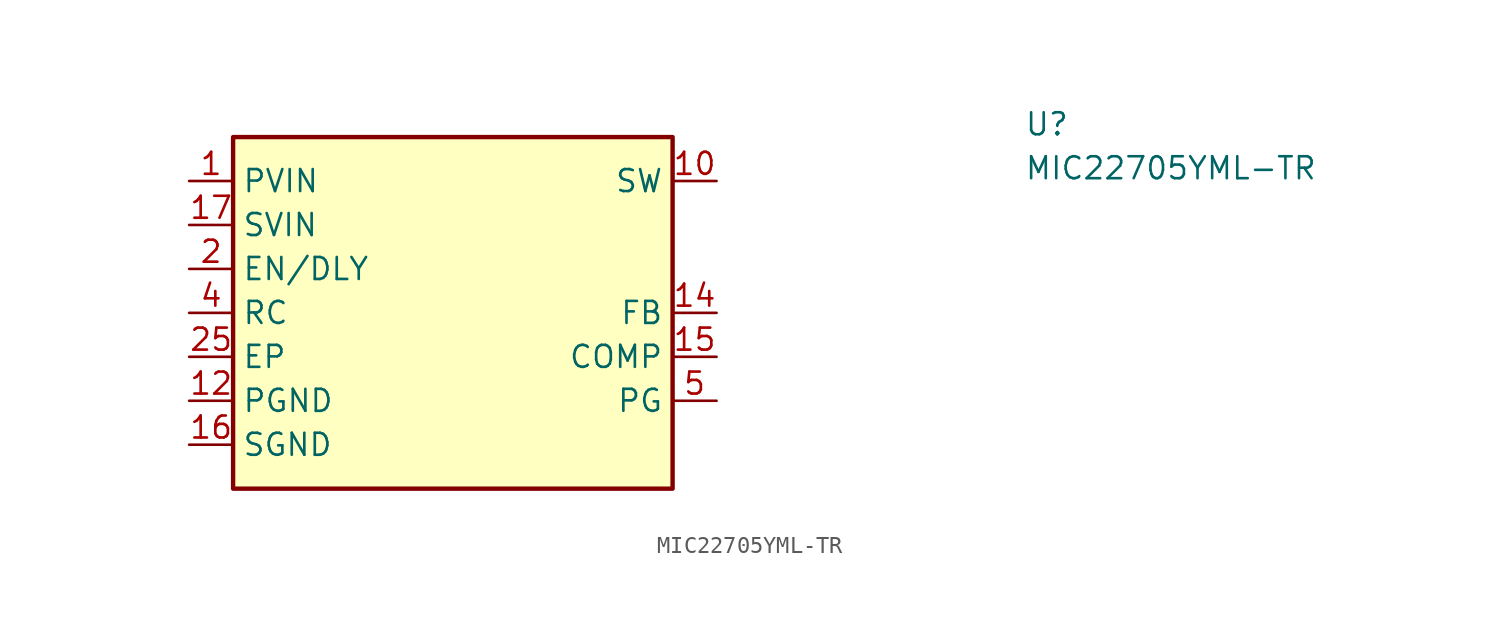
<source format=kicad_sym>
(kicad_symbol_lib
  (version 20211014)
  (generator kicad_symbol_editor)
  (symbol "MIC22705YML-TR"
    (property "Reference" "U"
      (at 48.26 2.54 0)
      (effects (font (size 1.27 1.27) (thickness 0.15)) (justify left bottom)))
    (property "Value" "MIC22705YML-TR"
      (at 48.26 0 0)
      (effects (font (size 1.27 1.27) (thickness 0.15)) (justify left bottom)))
    (symbol "MIC22705YML-TR_1_1"
      (rectangle (start 2.54 2.54) (end 27.94 -17.78) (stroke (width 0.254) (type default) (color 0 0 0 0)) (fill (type background)))
      (pin power_in line (at 0 0 0) (length 2.54) (name "PVIN" (effects (font (size 1.27 1.27)))) (number "1" (effects (font (size 1.27 1.27)))))
      (pin power_out line (at 30.48 0 180) (length 2.54) (name "SW" (effects (font (size 1.27 1.27)))) (number "10" (effects (font (size 1.27 1.27)))))
      (pin passive line (at 30.48 0 180) (length 2.54) hide (name "SW" (effects (font (size 1.27 1.27)))) (number "11" (effects (font (size 1.27 1.27)))))
      (pin power_in line (at 0 -12.7 0) (length 2.54) (name "PGND" (effects (font (size 1.27 1.27)))) (number "12" (effects (font (size 1.27 1.27)))))
      (pin passive line (at 0 0 0) (length 2.54) hide (name "PVIN" (effects (font (size 1.27 1.27)))) (number "13" (effects (font (size 1.27 1.27)))))
      (pin input line (at 30.48 -7.62 180) (length 2.54) (name "FB" (effects (font (size 1.27 1.27)))) (number "14" (effects (font (size 1.27 1.27)))))
      (pin input line (at 30.48 -10.16 180) (length 2.54) (name "COMP" (effects (font (size 1.27 1.27)))) (number "15" (effects (font (size 1.27 1.27)))))
      (pin power_in line (at 0 -15.24 0) (length 2.54) (name "SGND" (effects (font (size 1.27 1.27)))) (number "16" (effects (font (size 1.27 1.27)))))
      (pin power_in line (at 0 -2.54 0) (length 2.54) (name "SVIN" (effects (font (size 1.27 1.27)))) (number "17" (effects (font (size 1.27 1.27)))))
      (pin passive line (at 0 0 0) (length 2.54) hide (name "PVIN" (effects (font (size 1.27 1.27)))) (number "18" (effects (font (size 1.27 1.27)))))
      (pin passive line (at 0 -12.7 0) (length 2.54) hide (name "PGND" (effects (font (size 1.27 1.27)))) (number "19" (effects (font (size 1.27 1.27)))))
      (pin input line (at 0 -5.08 0) (length 2.54) (name "EN/DLY" (effects (font (size 1.27 1.27)))) (number "2" (effects (font (size 1.27 1.27)))))
      (pin passive line (at 30.48 0 180) (length 2.54) hide (name "SW" (effects (font (size 1.27 1.27)))) (number "20" (effects (font (size 1.27 1.27)))))
      (pin passive line (at 30.48 0 180) (length 2.54) hide (name "SW" (effects (font (size 1.27 1.27)))) (number "21" (effects (font (size 1.27 1.27)))))
      (pin passive line (at 30.48 0 180) (length 2.54) hide (name "SW" (effects (font (size 1.27 1.27)))) (number "22" (effects (font (size 1.27 1.27)))))
      (pin passive line (at 30.48 0 180) (length 2.54) hide (name "SW" (effects (font (size 1.27 1.27)))) (number "23" (effects (font (size 1.27 1.27)))))
      (pin passive line (at 0 -12.7 0) (length 2.54) hide (name "PGND" (effects (font (size 1.27 1.27)))) (number "24" (effects (font (size 1.27 1.27)))))
      (pin power_in line (at 0 -10.16 0) (length 2.54) (name "EP" (effects (font (size 1.27 1.27)))) (number "25" (effects (font (size 1.27 1.27)))))
      (pin no_connect line (at 27.94 -15.24 180) (length 2.54) hide (name "NC" (effects (font (size 1.27 1.27)))) (number "3" (effects (font (size 1.27 1.27)))))
      (pin input line (at 0 -7.62 0) (length 2.54) (name "RC" (effects (font (size 1.27 1.27)))) (number "4" (effects (font (size 1.27 1.27)))))
      (pin output line (at 30.48 -12.7 180) (length 2.54) (name "PG" (effects (font (size 1.27 1.27)))) (number "5" (effects (font (size 1.27 1.27)))))
      (pin passive line (at 0 0 0) (length 2.54) hide (name "PVIN" (effects (font (size 1.27 1.27)))) (number "6" (effects (font (size 1.27 1.27)))))
      (pin passive line (at 0 -12.7 0) (length 2.54) hide (name "PGND" (effects (font (size 1.27 1.27)))) (number "7" (effects (font (size 1.27 1.27)))))
      (pin passive line (at 30.48 0 180) (length 2.54) hide (name "SW" (effects (font (size 1.27 1.27)))) (number "8" (effects (font (size 1.27 1.27)))))
      (pin passive line (at 30.48 0 180) (length 2.54) hide (name "SW" (effects (font (size 1.27 1.27)))) (number "9" (effects (font (size 1.27 1.27))))))))
</source>
